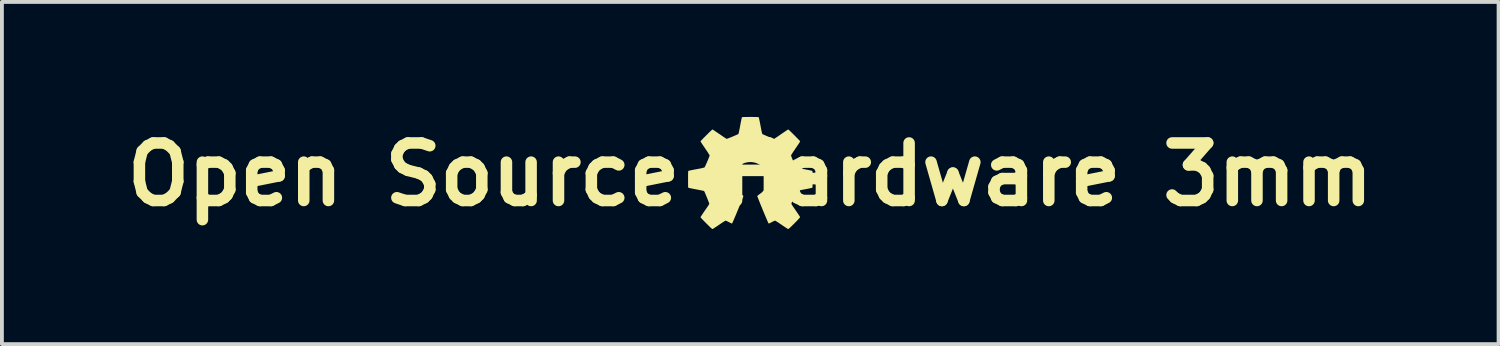
<source format=kicad_pcb>
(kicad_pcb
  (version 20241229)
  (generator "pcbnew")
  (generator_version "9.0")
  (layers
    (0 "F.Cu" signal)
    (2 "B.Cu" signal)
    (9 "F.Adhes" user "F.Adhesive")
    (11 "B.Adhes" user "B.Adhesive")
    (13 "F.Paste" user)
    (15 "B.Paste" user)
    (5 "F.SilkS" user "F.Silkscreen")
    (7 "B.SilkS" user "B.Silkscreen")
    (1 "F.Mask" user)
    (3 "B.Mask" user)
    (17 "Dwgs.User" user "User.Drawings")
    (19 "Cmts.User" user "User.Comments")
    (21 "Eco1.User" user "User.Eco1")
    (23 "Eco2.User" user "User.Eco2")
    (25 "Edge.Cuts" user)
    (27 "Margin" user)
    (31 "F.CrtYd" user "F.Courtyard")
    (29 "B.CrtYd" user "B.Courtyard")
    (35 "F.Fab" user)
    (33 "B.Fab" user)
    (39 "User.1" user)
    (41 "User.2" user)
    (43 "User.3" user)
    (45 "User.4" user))
  (footprint "Open Source Hardware 3mm"
    (layer "F.Cu")
    (at 16.514 1.5)
    (property "Reference" "Open Source Hardware 3mm" (at 0 0 0) (layer "F.SilkS") (effects (font (size 1.5 1.5) (thickness 0.3))))
    (attr board_only exclude_from_pos_files exclude_from_bom)
    (fp_poly (pts (xy 0.028 -1.5) (xy 0.07 -1.5) (xy 0.109 -1.499) (xy 0.145 -1.499) (xy 0.175 -1.498) (xy 0.199 -1.497) (xy 0.214 -1.496) (xy 0.219 -1.495) (xy 0.223 -1.488) (xy 0.228 -1.471) (xy 0.234 -1.443) (xy 0.242 -1.404) (xy 0.252 -1.355) (xy 0.264 -1.295) (xy 0.267 -1.278) (xy 0.278 -1.221) (xy 0.287 -1.174) (xy 0.294 -1.136) (xy 0.301 -1.107) (xy 0.306 -1.085) (xy 0.31 -1.069) (xy 0.314 -1.059) (xy 0.317 -1.055) (xy 0.324 -1.051) (xy 0.339 -1.043) (xy 0.362 -1.033) (xy 0.39 -1.021) (xy 0.421 -1.007) (xy 0.455 -0.993) (xy 0.489 -0.979) (xy 0.522 -0.965) (xy 0.552 -0.953) (xy 0.578 -0.943) (xy 0.598 -0.935) (xy 0.608 -0.932) (xy 0.623 -0.931) (xy 0.631 -0.934) (xy 0.638 -0.938) (xy 0.653 -0.948) (xy 0.675 -0.963) (xy 0.703 -0.981) (xy 0.735 -1.003) (xy 0.771 -1.028) (xy 0.809 -1.054) (xy 0.847 -1.08) (xy 0.883 -1.105) (xy 0.915 -1.126) (xy 0.943 -1.145) (xy 0.964 -1.159) (xy 0.979 -1.168) (xy 0.986 -1.172) (xy 0.986 -1.172) (xy 0.99 -1.172) (xy 0.996 -1.169) (xy 1.006 -1.162) (xy 1.019 -1.151) (xy 1.037 -1.135) (xy 1.059 -1.113) (xy 1.088 -1.085) (xy 1.123 -1.05) (xy 1.15 -1.024) (xy 1.183 -0.99) (xy 1.214 -0.958) (xy 1.242 -0.93) (xy 1.266 -0.905) (xy 1.284 -0.886) (xy 1.296 -0.872) (xy 1.302 -0.864) (xy 1.302 -0.864) (xy 1.299 -0.858) (xy 1.291 -0.843) (xy 1.277 -0.822) (xy 1.26 -0.795) (xy 1.238 -0.763) (xy 1.214 -0.728) (xy 1.188 -0.689) (xy 1.183 -0.682) (xy 1.148 -0.63) (xy 1.118 -0.586) (xy 1.095 -0.55) (xy 1.078 -0.523) (xy 1.068 -0.505) (xy 1.064 -0.495) (xy 1.064 -0.495) (xy 1.067 -0.486) (xy 1.073 -0.468) (xy 1.082 -0.444) (xy 1.094 -0.415) (xy 1.107 -0.382) (xy 1.122 -0.347) (xy 1.137 -0.312) (xy 1.152 -0.278) (xy 1.166 -0.247) (xy 1.178 -0.221) (xy 1.188 -0.2) (xy 1.195 -0.188) (xy 1.198 -0.184) (xy 1.206 -0.181) (xy 1.224 -0.175) (xy 1.253 -0.169) (xy 1.292 -0.16) (xy 1.341 -0.151) (xy 1.401 -0.139) (xy 1.409 -0.138) (xy 1.455 -0.129) (xy 1.497 -0.121) (xy 1.536 -0.113) (xy 1.568 -0.106) (xy 1.593 -0.1) (xy 1.611 -0.096) (xy 1.618 -0.094) (xy 1.618 -0.093) (xy 1.621 -0.09) (xy 1.622 -0.085) (xy 1.624 -0.075) (xy 1.625 -0.06) (xy 1.626 -0.04) (xy 1.626 -0.013) (xy 1.626 0.023) (xy 1.627 0.067) (xy 1.627 0.121) (xy 1.627 0.126) (xy 1.627 0.182) (xy 1.626 0.228) (xy 1.626 0.265) (xy 1.625 0.294) (xy 1.624 0.315) (xy 1.623 0.33) (xy 1.622 0.339) (xy 1.62 0.345) (xy 1.619 0.346) (xy 1.612 0.348) (xy 1.596 0.352) (xy 1.571 0.357) (xy 1.539 0.364) (xy 1.502 0.372) (xy 1.46 0.38) (xy 1.417 0.388) (xy 1.372 0.396) (xy 1.33 0.405) (xy 1.292 0.412) (xy 1.26 0.419) (xy 1.235 0.425) (xy 1.218 0.429) (xy 1.211 0.431) (xy 1.205 0.438) (xy 1.197 0.454) (xy 1.185 0.479) (xy 1.171 0.513) (xy 1.153 0.557) (xy 1.139 0.592) (xy 1.123 0.631) (xy 1.109 0.667) (xy 1.097 0.699) (xy 1.086 0.725) (xy 1.079 0.744) (xy 1.075 0.755) (xy 1.075 0.756) (xy 1.074 0.76) (xy 1.074 0.764) (xy 1.076 0.771) (xy 1.081 0.779) (xy 1.087 0.791) (xy 1.097 0.807) (xy 1.111 0.828) (xy 1.129 0.855) (xy 1.152 0.888) (xy 1.18 0.929) (xy 1.206 0.967) (xy 1.23 1.002) (xy 1.251 1.033) (xy 1.27 1.062) (xy 1.285 1.085) (xy 1.295 1.101) (xy 1.301 1.111) (xy 1.301 1.112) (xy 1.298 1.118) (xy 1.288 1.131) (xy 1.272 1.149) (xy 1.251 1.172) (xy 1.227 1.199) (xy 1.199 1.227) (xy 1.169 1.257) (xy 1.139 1.288) (xy 1.109 1.317) (xy 1.081 1.345) (xy 1.054 1.371) (xy 1.031 1.392) (xy 1.012 1.409) (xy 0.999 1.419) (xy 0.992 1.423) (xy 0.992 1.423) (xy 0.984 1.42) (xy 0.969 1.412) (xy 0.948 1.398) (xy 0.92 1.381) (xy 0.888 1.359) (xy 0.853 1.336) (xy 0.82 1.313) (xy 0.776 1.284) (xy 0.738 1.258) (xy 0.705 1.237) (xy 0.679 1.22) (xy 0.66 1.209) (xy 0.649 1.204) (xy 0.647 1.204) (xy 0.638 1.206) (xy 0.621 1.213) (xy 0.599 1.223) (xy 0.573 1.236) (xy 0.561 1.243) (xy 0.53 1.259) (xy 0.507 1.27) (xy 0.492 1.276) (xy 0.482 1.278) (xy 0.479 1.277) (xy 0.475 1.271) (xy 0.468 1.255) (xy 0.457 1.232) (xy 0.444 1.202) (xy 0.428 1.165) (xy 0.41 1.123) (xy 0.391 1.077) (xy 0.37 1.028) (xy 0.349 0.977) (xy 0.327 0.925) (xy 0.306 0.872) (xy 0.285 0.821) (xy 0.264 0.771) (xy 0.246 0.724) (xy 0.229 0.682) (xy 0.214 0.644) (xy 0.201 0.612) (xy 0.192 0.587) (xy 0.186 0.57) (xy 0.184 0.562) (xy 0.184 0.562) (xy 0.19 0.555) (xy 0.203 0.544) (xy 0.22 0.53) (xy 0.232 0.522) (xy 0.291 0.478) (xy 0.339 0.431) (xy 0.379 0.38) (xy 0.412 0.324) (xy 0.415 0.318) (xy 0.429 0.285) (xy 0.44 0.256) (xy 0.447 0.226) (xy 0.451 0.194) (xy 0.453 0.157) (xy 0.453 0.124) (xy 0.453 0.091) (xy 0.452 0.067) (xy 0.451 0.048) (xy 0.448 0.031) (xy 0.444 0.015) (xy 0.437 -0.005) (xy 0.435 -0.011) (xy 0.407 -0.077) (xy 0.372 -0.136) (xy 0.329 -0.188) (xy 0.287 -0.226) (xy 0.23 -0.265) (xy 0.17 -0.294) (xy 0.106 -0.313) (xy 0.04 -0.323) (xy -0.026 -0.324) (xy -0.092 -0.315) (xy -0.156 -0.297) (xy -0.217 -0.269) (xy -0.274 -0.232) (xy -0.281 -0.226) (xy -0.333 -0.178) (xy -0.376 -0.123) (xy -0.41 -0.062) (xy -0.434 0.003) (xy -0.445 0.052) (xy -0.449 0.081) (xy -0.45 0.118) (xy -0.449 0.157) (xy -0.446 0.195) (xy -0.441 0.228) (xy -0.437 0.245) (xy -0.414 0.309) (xy -0.38 0.37) (xy -0.337 0.427) (xy -0.284 0.478) (xy -0.227 0.522) (xy -0.207 0.536) (xy -0.191 0.549) (xy -0.181 0.558) (xy -0.178 0.562) (xy -0.18 0.568) (xy -0.185 0.584) (xy -0.194 0.608) (xy -0.206 0.639) (xy -0.221 0.676) (xy -0.237 0.718) (xy -0.256 0.764) (xy -0.276 0.813) (xy -0.297 0.864) (xy -0.318 0.917) (xy -0.34 0.969) (xy -0.361 1.021) (xy -0.382 1.07) (xy -0.402 1.116) (xy -0.42 1.159) (xy -0.436 1.196) (xy -0.45 1.228) (xy -0.461 1.252) (xy -0.469 1.269) (xy -0.473 1.276) (xy -0.473 1.277) (xy -0.48 1.277) (xy -0.491 1.274) (xy -0.51 1.266) (xy -0.535 1.253) (xy -0.555 1.243) (xy -0.582 1.229) (xy -0.606 1.217) (xy -0.625 1.209) (xy -0.638 1.204) (xy -0.642 1.204) (xy -0.65 1.207) (xy -0.666 1.216) (xy -0.69 1.23) (xy -0.72 1.25) (xy -0.757 1.274) (xy -0.799 1.303) (xy -0.814 1.313) (xy -0.852 1.339) (xy -0.887 1.362) (xy -0.919 1.383) (xy -0.945 1.4) (xy -0.966 1.413) (xy -0.98 1.421) (xy -0.986 1.423) (xy -0.993 1.42) (xy -1.006 1.409) (xy -1.027 1.391) (xy -1.054 1.366) (xy -1.088 1.332) (xy -1.129 1.291) (xy -1.148 1.273) (xy -1.189 1.231) (xy -1.223 1.197) (xy -1.249 1.169) (xy -1.269 1.148) (xy -1.283 1.132) (xy -1.292 1.12) (xy -1.296 1.114) (xy -1.296 1.112) (xy -1.292 1.105) (xy -1.283 1.09) (xy -1.269 1.069) (xy -1.251 1.042) (xy -1.231 1.011) (xy -1.208 0.977) (xy -1.201 0.967) (xy -1.168 0.92) (xy -1.141 0.88) (xy -1.119 0.849) (xy -1.102 0.823) (xy -1.089 0.803) (xy -1.08 0.788) (xy -1.074 0.777) (xy -1.07 0.769) (xy -1.069 0.763) (xy -1.069 0.759) (xy -1.069 0.756) (xy -1.072 0.748) (xy -1.078 0.731) (xy -1.088 0.707) (xy -1.099 0.677) (xy -1.113 0.642) (xy -1.128 0.604) (xy -1.133 0.592) (xy -1.154 0.541) (xy -1.171 0.5) (xy -1.184 0.469) (xy -1.195 0.448) (xy -1.202 0.435) (xy -1.206 0.431) (xy -1.214 0.429) (xy -1.231 0.424) (xy -1.257 0.419) (xy -1.289 0.412) (xy -1.328 0.404) (xy -1.37 0.396) (xy -1.412 0.388) (xy -1.457 0.379) (xy -1.499 0.371) (xy -1.536 0.364) (xy -1.567 0.357) (xy -1.592 0.352) (xy -1.608 0.348) (xy -1.614 0.346) (xy -1.616 0.342) (xy -1.617 0.334) (xy -1.619 0.322) (xy -1.62 0.303) (xy -1.62 0.278) (xy -1.621 0.245) (xy -1.621 0.203) (xy -1.621 0.151) (xy -1.621 0.126) (xy -1.621 0.071) (xy -1.621 0.026) (xy -1.621 -0.009) (xy -1.62 -0.038) (xy -1.619 -0.059) (xy -1.618 -0.074) (xy -1.617 -0.084) (xy -1.615 -0.09) (xy -1.613 -0.093) (xy -1.613 -0.093) (xy -1.606 -0.096) (xy -1.589 -0.1) (xy -1.564 -0.106) (xy -1.532 -0.113) (xy -1.494 -0.12) (xy -1.452 -0.129) (xy -1.406 -0.137) (xy -1.403 -0.138) (xy -1.342 -0.149) (xy -1.291 -0.159) (xy -1.251 -0.168) (xy -1.222 -0.175) (xy -1.202 -0.18) (xy -1.193 -0.184) (xy -1.192 -0.184) (xy -1.187 -0.192) (xy -1.179 -0.208) (xy -1.168 -0.231) (xy -1.155 -0.26) (xy -1.14 -0.292) (xy -1.125 -0.327) (xy -1.11 -0.362) (xy -1.096 -0.396) (xy -1.083 -0.428) (xy -1.072 -0.455) (xy -1.064 -0.477) (xy -1.06 -0.491) (xy -1.059 -0.495) (xy -1.062 -0.504) (xy -1.072 -0.521) (xy -1.088 -0.548) (xy -1.111 -0.583) (xy -1.14 -0.626) (xy -1.175 -0.678) (xy -1.178 -0.682) (xy -1.204 -0.721) (xy -1.229 -0.758) (xy -1.251 -0.79) (xy -1.269 -0.818) (xy -1.283 -0.84) (xy -1.293 -0.856) (xy -1.297 -0.863) (xy -1.297 -0.864) (xy -1.293 -0.869) (xy -1.282 -0.881) (xy -1.265 -0.9) (xy -1.243 -0.923) (xy -1.217 -0.951) (xy -1.186 -0.981) (xy -1.153 -1.015) (xy -1.144 -1.024) (xy -1.104 -1.063) (xy -1.072 -1.096) (xy -1.045 -1.121) (xy -1.024 -1.141) (xy -1.008 -1.155) (xy -0.996 -1.165) (xy -0.988 -1.171) (xy -0.983 -1.173) (xy -0.981 -1.172) (xy -0.974 -1.169) (xy -0.959 -1.159) (xy -0.937 -1.145) (xy -0.91 -1.126) (xy -0.878 -1.105) (xy -0.842 -1.08) (xy -0.803 -1.054) (xy -0.803 -1.054) (xy -0.765 -1.028) (xy -0.729 -1.003) (xy -0.697 -0.981) (xy -0.669 -0.963) (xy -0.648 -0.948) (xy -0.633 -0.938) (xy -0.626 -0.934) (xy -0.612 -0.931) (xy -0.603 -0.932) (xy -0.589 -0.937) (xy -0.567 -0.945) (xy -0.54 -0.956) (xy -0.509 -0.968) (xy -0.476 -0.982) (xy -0.441 -0.996) (xy -0.408 -1.011) (xy -0.377 -1.024) (xy -0.35 -1.036) (xy -0.329 -1.046) (xy -0.316 -1.052) (xy -0.311 -1.055) (xy -0.308 -1.06) (xy -0.304 -1.07) (xy -0.3 -1.085) (xy -0.295 -1.107) (xy -0.289 -1.136) (xy -0.281 -1.173) (xy -0.272 -1.219) (xy -0.262 -1.275) (xy -0.261 -1.278) (xy -0.25 -1.34) (xy -0.239 -1.392) (xy -0.231 -1.433) (xy -0.224 -1.463) (xy -0.219 -1.484) (xy -0.215 -1.494) (xy -0.214 -1.495) (xy -0.207 -1.496) (xy -0.19 -1.497) (xy -0.165 -1.498) (xy -0.134 -1.499) (xy -0.097 -1.499) (xy -0.057 -1.5) (xy -0.015 -1.5)) (stroke (width 0) (type solid)) (fill yes) (layer "F.SilkS")))
  (gr_rect
    (start -3 -3)
    (end 36.029 5.923)
    (stroke (width 0.1) (type default))
    (fill no)
    (layer "Edge.Cuts")))
</source>
